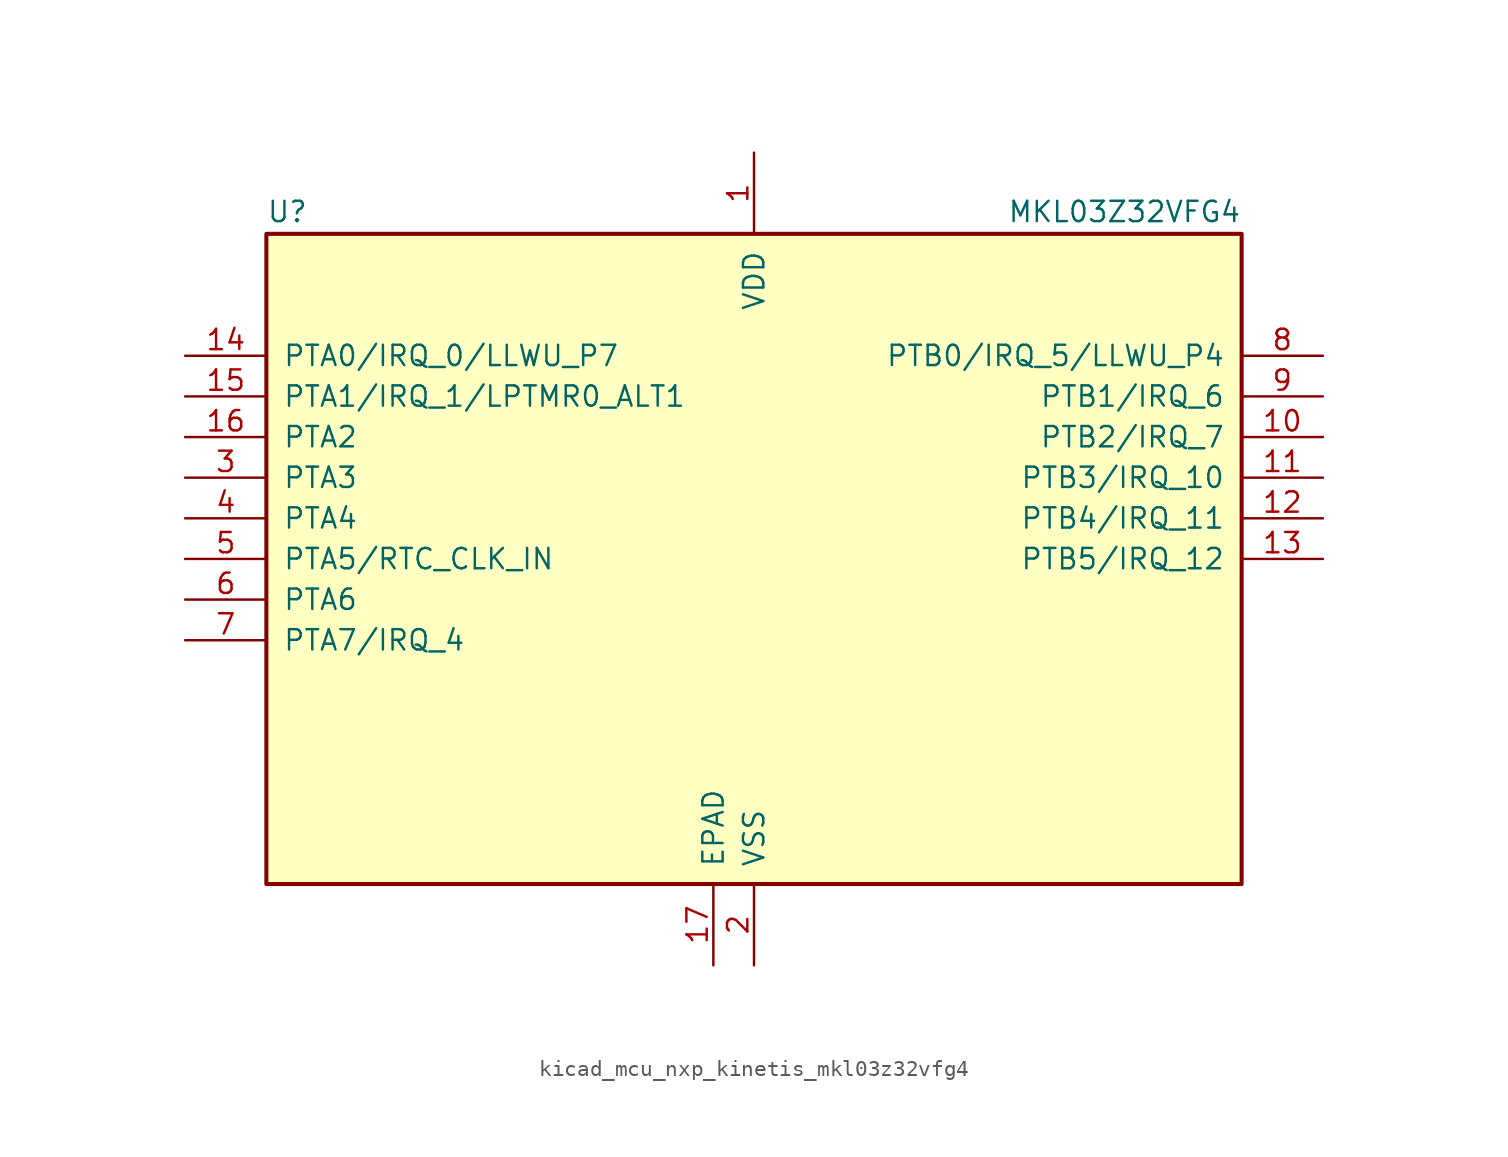
<source format=kicad_sym>
(kicad_symbol_lib
  (version 20220914)
  (generator kicad_symbol_editor)
  (symbol "kicad_mcu_nxp_kinetis_mkl03z32vfg4"
    (pin_names
      (offset 1.016))
    (property "Reference" "U"
      (at -30.48 20.955 0)
      (effects (font (size 1.27 1.27)) (justify left bottom)))
    (property "Value" "MKL03Z32VFG4"
      (at 30.48 20.955 0)
      (effects (font (size 1.27 1.27)) (justify right bottom)))
    (symbol "kicad_mcu_nxp_kinetis_mkl03z32vfg4_0_1"
      (rectangle (start -30.48 20.32) (end 30.48 -20.32) (stroke (width 0.254) (type default)) (fill (type background))))
    (symbol "kicad_mcu_nxp_kinetis_mkl03z32vfg4_1_1"
      (pin power_in line (at 0 25.4 270) (length 5.08) (name "VDD" (effects (font (size 1.27 1.27)))) (number "1" (effects (font (size 1.27 1.27)))))
      (pin bidirectional line (at 35.56 7.62 180) (length 5.08) (name "PTB2/IRQ_7" (effects (font (size 1.27 1.27)))) (number "10" (effects (font (size 1.27 1.27)))))
      (pin bidirectional line (at 35.56 5.08 180) (length 5.08) (name "PTB3/IRQ_10" (effects (font (size 1.27 1.27)))) (number "11" (effects (font (size 1.27 1.27)))))
      (pin bidirectional line (at 35.56 2.54 180) (length 5.08) (name "PTB4/IRQ_11" (effects (font (size 1.27 1.27)))) (number "12" (effects (font (size 1.27 1.27)))))
      (pin bidirectional line (at 35.56 0 180) (length 5.08) (name "PTB5/IRQ_12" (effects (font (size 1.27 1.27)))) (number "13" (effects (font (size 1.27 1.27)))))
      (pin bidirectional line (at -35.56 12.7 0) (length 5.08) (name "PTA0/IRQ_0/LLWU_P7" (effects (font (size 1.27 1.27)))) (number "14" (effects (font (size 1.27 1.27)))))
      (pin bidirectional line (at -35.56 10.16 0) (length 5.08) (name "PTA1/IRQ_1/LPTMR0_ALT1" (effects (font (size 1.27 1.27)))) (number "15" (effects (font (size 1.27 1.27)))))
      (pin bidirectional line (at -35.56 7.62 0) (length 5.08) (name "PTA2" (effects (font (size 1.27 1.27)))) (number "16" (effects (font (size 1.27 1.27)))))
      (pin power_in line (at -2.54 -25.4 90) (length 5.08) (name "EPAD" (effects (font (size 1.27 1.27)))) (number "17" (effects (font (size 1.27 1.27)))))
      (pin power_in line (at 0 -25.4 90) (length 5.08) (name "VSS" (effects (font (size 1.27 1.27)))) (number "2" (effects (font (size 1.27 1.27)))))
      (pin bidirectional line (at -35.56 5.08 0) (length 5.08) (name "PTA3" (effects (font (size 1.27 1.27)))) (number "3" (effects (font (size 1.27 1.27)))))
      (pin bidirectional line (at -35.56 2.54 0) (length 5.08) (name "PTA4" (effects (font (size 1.27 1.27)))) (number "4" (effects (font (size 1.27 1.27)))))
      (pin bidirectional line (at -35.56 0 0) (length 5.08) (name "PTA5/RTC_CLK_IN" (effects (font (size 1.27 1.27)))) (number "5" (effects (font (size 1.27 1.27)))))
      (pin bidirectional line (at -35.56 -2.54 0) (length 5.08) (name "PTA6" (effects (font (size 1.27 1.27)))) (number "6" (effects (font (size 1.27 1.27)))))
      (pin bidirectional line (at -35.56 -5.08 0) (length 5.08) (name "PTA7/IRQ_4" (effects (font (size 1.27 1.27)))) (number "7" (effects (font (size 1.27 1.27)))))
      (pin bidirectional line (at 35.56 12.7 180) (length 5.08) (name "PTB0/IRQ_5/LLWU_P4" (effects (font (size 1.27 1.27)))) (number "8" (effects (font (size 1.27 1.27)))))
      (pin bidirectional line (at 35.56 10.16 180) (length 5.08) (name "PTB1/IRQ_6" (effects (font (size 1.27 1.27)))) (number "9" (effects (font (size 1.27 1.27))))))))
</source>
